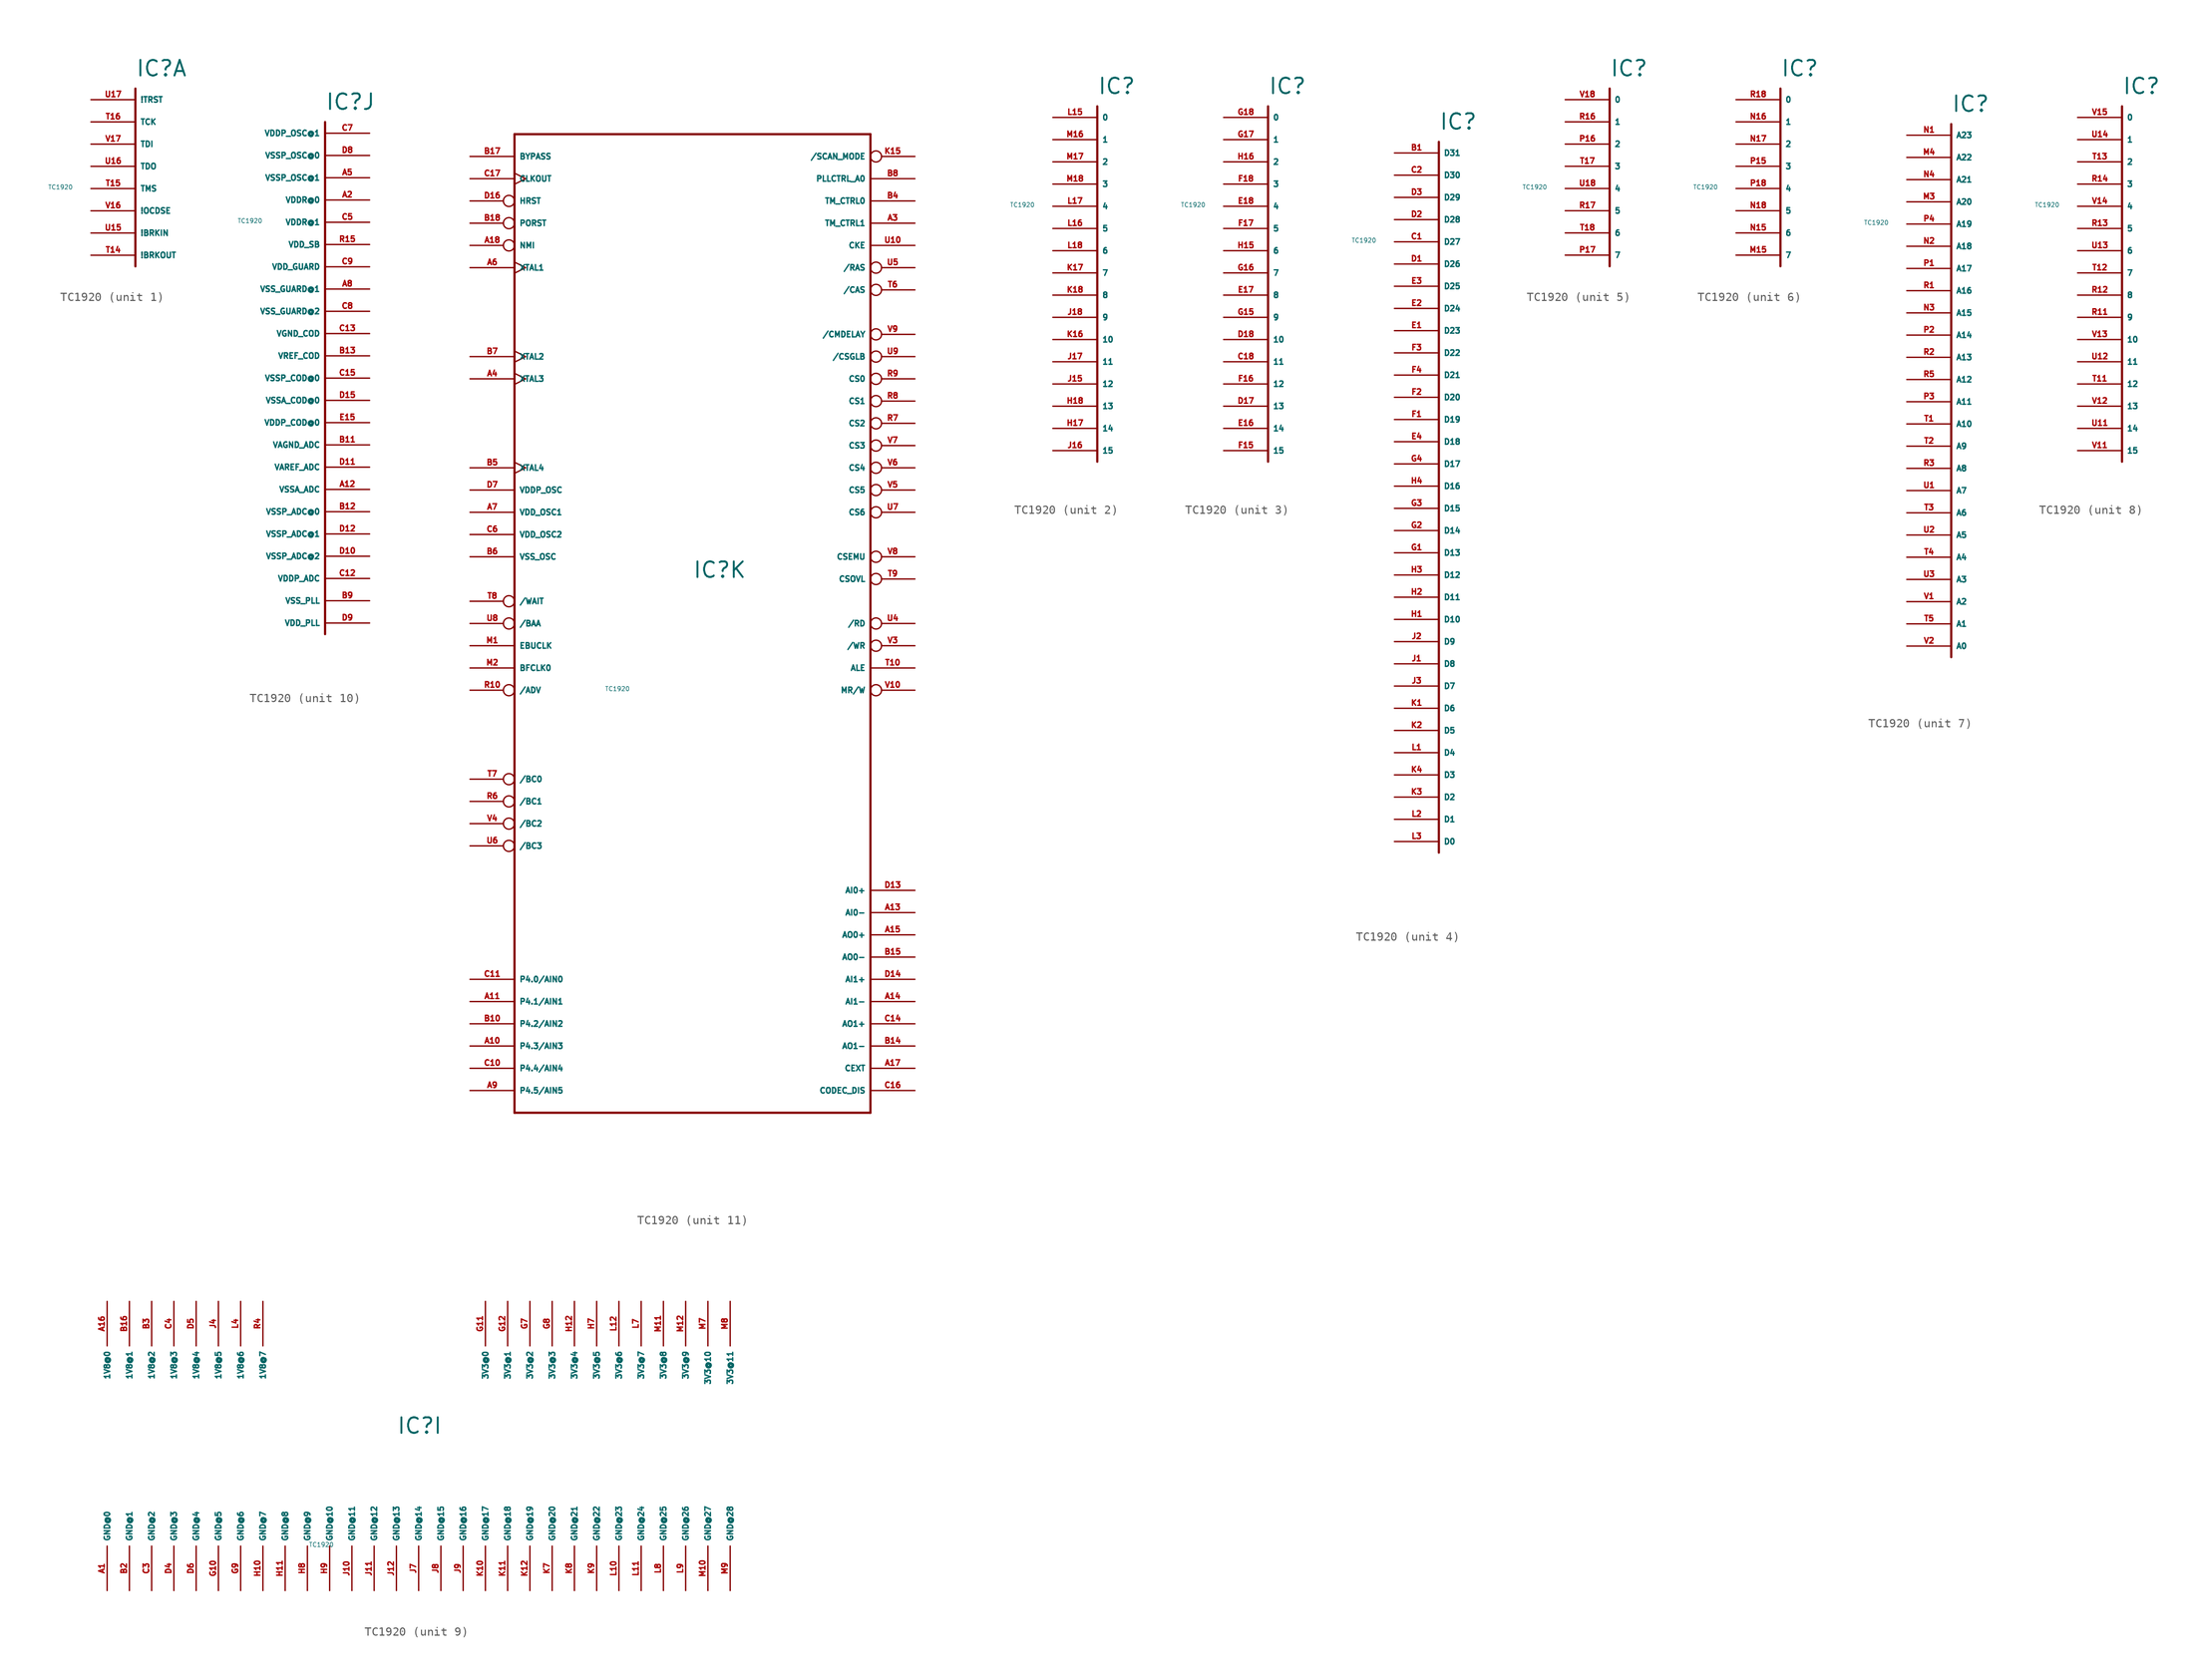
<source format=kicad_sym>
(kicad_symbol_lib
  (version 20220914)
  (generator Eagle2Kicad)
  (symbol "TC1920"
    (property "Reference" "IC"
      (at 0 2.54 0)
      (effects (font (size 1.778 1.778) (thickness 0.22)) (justify left bottom)))
    (property "Value" "TC1920"
      (at -10 -10 0)
      (effects (font (size 0.5 0.5) (thickness 0.06)) (justify left)))
    (symbol "TC1920_1_0"
      (polyline (pts (xy 0 1.27) (xy 0 -19.05)) (stroke (width 0.254) (type default)) (fill (type none)))
      (pin input line (at -5.08 0 0) (length 5.08) (name "!TRST" (effects (font (size 0.635 0.635) (thickness 0.08)) (justify left bottom))) (number "U17" (effects (font (size 0.635 0.635) (thickness 0.08)) (justify left bottom))))
      (pin input line (at -5.08 -2.54 0) (length 5.08) (name "TCK" (effects (font (size 0.635 0.635) (thickness 0.08)) (justify left bottom))) (number "T16" (effects (font (size 0.635 0.635) (thickness 0.08)) (justify left bottom))))
      (pin input line (at -5.08 -5.08 0) (length 5.08) (name "TDI" (effects (font (size 0.635 0.635) (thickness 0.08)) (justify left bottom))) (number "V17" (effects (font (size 0.635 0.635) (thickness 0.08)) (justify left bottom))))
      (pin output line (at -5.08 -7.62 0) (length 5.08) (name "TDO" (effects (font (size 0.635 0.635) (thickness 0.08)) (justify left bottom))) (number "U16" (effects (font (size 0.635 0.635) (thickness 0.08)) (justify left bottom))))
      (pin input line (at -5.08 -10.16 0) (length 5.08) (name "TMS" (effects (font (size 0.635 0.635) (thickness 0.08)) (justify left bottom))) (number "T15" (effects (font (size 0.635 0.635) (thickness 0.08)) (justify left bottom))))
      (pin input line (at -5.08 -12.7 0) (length 5.08) (name "!OCDSE" (effects (font (size 0.635 0.635) (thickness 0.08)) (justify left bottom))) (number "V16" (effects (font (size 0.635 0.635) (thickness 0.08)) (justify left bottom))))
      (pin input line (at -5.08 -15.24 0) (length 5.08) (name "!BRKIN" (effects (font (size 0.635 0.635) (thickness 0.08)) (justify left bottom))) (number "U15" (effects (font (size 0.635 0.635) (thickness 0.08)) (justify left bottom))))
      (pin output line (at -5.08 -17.78 0) (length 5.08) (name "!BRKOUT" (effects (font (size 0.635 0.635) (thickness 0.08)) (justify left bottom))) (number "T14" (effects (font (size 0.635 0.635) (thickness 0.08)) (justify left bottom)))))
    (symbol "TC1920_2_0"
      (polyline (pts (xy 0 1.27) (xy 0 -39.37)) (stroke (width 0.254) (type default)) (fill (type none)))
      (pin input line (at -5.08 0 0) (length 5.08) (name "0" (effects (font (size 0.635 0.635) (thickness 0.08)) (justify left bottom))) (number "L15" (effects (font (size 0.635 0.635) (thickness 0.08)) (justify left bottom))))
      (pin input line (at -5.08 -2.54 0) (length 5.08) (name "1" (effects (font (size 0.635 0.635) (thickness 0.08)) (justify left bottom))) (number "M16" (effects (font (size 0.635 0.635) (thickness 0.08)) (justify left bottom))))
      (pin input line (at -5.08 -5.08 0) (length 5.08) (name "2" (effects (font (size 0.635 0.635) (thickness 0.08)) (justify left bottom))) (number "M17" (effects (font (size 0.635 0.635) (thickness 0.08)) (justify left bottom))))
      (pin input line (at -5.08 -7.62 0) (length 5.08) (name "3" (effects (font (size 0.635 0.635) (thickness 0.08)) (justify left bottom))) (number "M18" (effects (font (size 0.635 0.635) (thickness 0.08)) (justify left bottom))))
      (pin input line (at -5.08 -10.16 0) (length 5.08) (name "4" (effects (font (size 0.635 0.635) (thickness 0.08)) (justify left bottom))) (number "L17" (effects (font (size 0.635 0.635) (thickness 0.08)) (justify left bottom))))
      (pin input line (at -5.08 -12.7 0) (length 5.08) (name "5" (effects (font (size 0.635 0.635) (thickness 0.08)) (justify left bottom))) (number "L16" (effects (font (size 0.635 0.635) (thickness 0.08)) (justify left bottom))))
      (pin input line (at -5.08 -15.24 0) (length 5.08) (name "6" (effects (font (size 0.635 0.635) (thickness 0.08)) (justify left bottom))) (number "L18" (effects (font (size 0.635 0.635) (thickness 0.08)) (justify left bottom))))
      (pin input line (at -5.08 -17.78 0) (length 5.08) (name "7" (effects (font (size 0.635 0.635) (thickness 0.08)) (justify left bottom))) (number "K17" (effects (font (size 0.635 0.635) (thickness 0.08)) (justify left bottom))))
      (pin input line (at -5.08 -20.32 0) (length 5.08) (name "8" (effects (font (size 0.635 0.635) (thickness 0.08)) (justify left bottom))) (number "K18" (effects (font (size 0.635 0.635) (thickness 0.08)) (justify left bottom))))
      (pin input line (at -5.08 -22.86 0) (length 5.08) (name "9" (effects (font (size 0.635 0.635) (thickness 0.08)) (justify left bottom))) (number "J18" (effects (font (size 0.635 0.635) (thickness 0.08)) (justify left bottom))))
      (pin input line (at -5.08 -25.4 0) (length 5.08) (name "10" (effects (font (size 0.635 0.635) (thickness 0.08)) (justify left bottom))) (number "K16" (effects (font (size 0.635 0.635) (thickness 0.08)) (justify left bottom))))
      (pin input line (at -5.08 -27.94 0) (length 5.08) (name "11" (effects (font (size 0.635 0.635) (thickness 0.08)) (justify left bottom))) (number "J17" (effects (font (size 0.635 0.635) (thickness 0.08)) (justify left bottom))))
      (pin input line (at -5.08 -30.48 0) (length 5.08) (name "12" (effects (font (size 0.635 0.635) (thickness 0.08)) (justify left bottom))) (number "J15" (effects (font (size 0.635 0.635) (thickness 0.08)) (justify left bottom))))
      (pin input line (at -5.08 -33.02 0) (length 5.08) (name "13" (effects (font (size 0.635 0.635) (thickness 0.08)) (justify left bottom))) (number "H18" (effects (font (size 0.635 0.635) (thickness 0.08)) (justify left bottom))))
      (pin input line (at -5.08 -35.56 0) (length 5.08) (name "14" (effects (font (size 0.635 0.635) (thickness 0.08)) (justify left bottom))) (number "H17" (effects (font (size 0.635 0.635) (thickness 0.08)) (justify left bottom))))
      (pin input line (at -5.08 -38.1 0) (length 5.08) (name "15" (effects (font (size 0.635 0.635) (thickness 0.08)) (justify left bottom))) (number "J16" (effects (font (size 0.635 0.635) (thickness 0.08)) (justify left bottom)))))
    (symbol "TC1920_3_0"
      (polyline (pts (xy 0 1.27) (xy 0 -39.37)) (stroke (width 0.254) (type default)) (fill (type none)))
      (pin input line (at -5.08 0 0) (length 5.08) (name "0" (effects (font (size 0.635 0.635) (thickness 0.08)) (justify left bottom))) (number "G18" (effects (font (size 0.635 0.635) (thickness 0.08)) (justify left bottom))))
      (pin input line (at -5.08 -2.54 0) (length 5.08) (name "1" (effects (font (size 0.635 0.635) (thickness 0.08)) (justify left bottom))) (number "G17" (effects (font (size 0.635 0.635) (thickness 0.08)) (justify left bottom))))
      (pin input line (at -5.08 -5.08 0) (length 5.08) (name "2" (effects (font (size 0.635 0.635) (thickness 0.08)) (justify left bottom))) (number "H16" (effects (font (size 0.635 0.635) (thickness 0.08)) (justify left bottom))))
      (pin input line (at -5.08 -7.62 0) (length 5.08) (name "3" (effects (font (size 0.635 0.635) (thickness 0.08)) (justify left bottom))) (number "F18" (effects (font (size 0.635 0.635) (thickness 0.08)) (justify left bottom))))
      (pin input line (at -5.08 -10.16 0) (length 5.08) (name "4" (effects (font (size 0.635 0.635) (thickness 0.08)) (justify left bottom))) (number "E18" (effects (font (size 0.635 0.635) (thickness 0.08)) (justify left bottom))))
      (pin input line (at -5.08 -12.7 0) (length 5.08) (name "5" (effects (font (size 0.635 0.635) (thickness 0.08)) (justify left bottom))) (number "F17" (effects (font (size 0.635 0.635) (thickness 0.08)) (justify left bottom))))
      (pin input line (at -5.08 -15.24 0) (length 5.08) (name "6" (effects (font (size 0.635 0.635) (thickness 0.08)) (justify left bottom))) (number "H15" (effects (font (size 0.635 0.635) (thickness 0.08)) (justify left bottom))))
      (pin input line (at -5.08 -17.78 0) (length 5.08) (name "7" (effects (font (size 0.635 0.635) (thickness 0.08)) (justify left bottom))) (number "G16" (effects (font (size 0.635 0.635) (thickness 0.08)) (justify left bottom))))
      (pin input line (at -5.08 -20.32 0) (length 5.08) (name "8" (effects (font (size 0.635 0.635) (thickness 0.08)) (justify left bottom))) (number "E17" (effects (font (size 0.635 0.635) (thickness 0.08)) (justify left bottom))))
      (pin input line (at -5.08 -22.86 0) (length 5.08) (name "9" (effects (font (size 0.635 0.635) (thickness 0.08)) (justify left bottom))) (number "G15" (effects (font (size 0.635 0.635) (thickness 0.08)) (justify left bottom))))
      (pin input line (at -5.08 -25.4 0) (length 5.08) (name "10" (effects (font (size 0.635 0.635) (thickness 0.08)) (justify left bottom))) (number "D18" (effects (font (size 0.635 0.635) (thickness 0.08)) (justify left bottom))))
      (pin input line (at -5.08 -27.94 0) (length 5.08) (name "11" (effects (font (size 0.635 0.635) (thickness 0.08)) (justify left bottom))) (number "C18" (effects (font (size 0.635 0.635) (thickness 0.08)) (justify left bottom))))
      (pin input line (at -5.08 -30.48 0) (length 5.08) (name "12" (effects (font (size 0.635 0.635) (thickness 0.08)) (justify left bottom))) (number "F16" (effects (font (size 0.635 0.635) (thickness 0.08)) (justify left bottom))))
      (pin input line (at -5.08 -33.02 0) (length 5.08) (name "13" (effects (font (size 0.635 0.635) (thickness 0.08)) (justify left bottom))) (number "D17" (effects (font (size 0.635 0.635) (thickness 0.08)) (justify left bottom))))
      (pin input line (at -5.08 -35.56 0) (length 5.08) (name "14" (effects (font (size 0.635 0.635) (thickness 0.08)) (justify left bottom))) (number "E16" (effects (font (size 0.635 0.635) (thickness 0.08)) (justify left bottom))))
      (pin input line (at -5.08 -38.1 0) (length 5.08) (name "15" (effects (font (size 0.635 0.635) (thickness 0.08)) (justify left bottom))) (number "F15" (effects (font (size 0.635 0.635) (thickness 0.08)) (justify left bottom)))))
    (symbol "TC1920_4_0"
      (polyline (pts (xy 0 1.27) (xy 0 -80.01)) (stroke (width 0.254) (type default)) (fill (type none)))
      (pin bidirectional line (at -5.08 -78.74 0) (length 5.08) (name "D0" (effects (font (size 0.635 0.635) (thickness 0.08)) (justify left bottom))) (number "L3" (effects (font (size 0.635 0.635) (thickness 0.08)) (justify left bottom))))
      (pin bidirectional line (at -5.08 -76.2 0) (length 5.08) (name "D1" (effects (font (size 0.635 0.635) (thickness 0.08)) (justify left bottom))) (number "L2" (effects (font (size 0.635 0.635) (thickness 0.08)) (justify left bottom))))
      (pin bidirectional line (at -5.08 -73.66 0) (length 5.08) (name "D2" (effects (font (size 0.635 0.635) (thickness 0.08)) (justify left bottom))) (number "K3" (effects (font (size 0.635 0.635) (thickness 0.08)) (justify left bottom))))
      (pin bidirectional line (at -5.08 -71.12 0) (length 5.08) (name "D3" (effects (font (size 0.635 0.635) (thickness 0.08)) (justify left bottom))) (number "K4" (effects (font (size 0.635 0.635) (thickness 0.08)) (justify left bottom))))
      (pin bidirectional line (at -5.08 -68.58 0) (length 5.08) (name "D4" (effects (font (size 0.635 0.635) (thickness 0.08)) (justify left bottom))) (number "L1" (effects (font (size 0.635 0.635) (thickness 0.08)) (justify left bottom))))
      (pin bidirectional line (at -5.08 -66.04 0) (length 5.08) (name "D5" (effects (font (size 0.635 0.635) (thickness 0.08)) (justify left bottom))) (number "K2" (effects (font (size 0.635 0.635) (thickness 0.08)) (justify left bottom))))
      (pin bidirectional line (at -5.08 -63.5 0) (length 5.08) (name "D6" (effects (font (size 0.635 0.635) (thickness 0.08)) (justify left bottom))) (number "K1" (effects (font (size 0.635 0.635) (thickness 0.08)) (justify left bottom))))
      (pin bidirectional line (at -5.08 -60.96 0) (length 5.08) (name "D7" (effects (font (size 0.635 0.635) (thickness 0.08)) (justify left bottom))) (number "J3" (effects (font (size 0.635 0.635) (thickness 0.08)) (justify left bottom))))
      (pin bidirectional line (at -5.08 -58.42 0) (length 5.08) (name "D8" (effects (font (size 0.635 0.635) (thickness 0.08)) (justify left bottom))) (number "J1" (effects (font (size 0.635 0.635) (thickness 0.08)) (justify left bottom))))
      (pin bidirectional line (at -5.08 -55.88 0) (length 5.08) (name "D9" (effects (font (size 0.635 0.635) (thickness 0.08)) (justify left bottom))) (number "J2" (effects (font (size 0.635 0.635) (thickness 0.08)) (justify left bottom))))
      (pin bidirectional line (at -5.08 -53.34 0) (length 5.08) (name "D10" (effects (font (size 0.635 0.635) (thickness 0.08)) (justify left bottom))) (number "H1" (effects (font (size 0.635 0.635) (thickness 0.08)) (justify left bottom))))
      (pin bidirectional line (at -5.08 -50.8 0) (length 5.08) (name "D11" (effects (font (size 0.635 0.635) (thickness 0.08)) (justify left bottom))) (number "H2" (effects (font (size 0.635 0.635) (thickness 0.08)) (justify left bottom))))
      (pin bidirectional line (at -5.08 -48.26 0) (length 5.08) (name "D12" (effects (font (size 0.635 0.635) (thickness 0.08)) (justify left bottom))) (number "H3" (effects (font (size 0.635 0.635) (thickness 0.08)) (justify left bottom))))
      (pin bidirectional line (at -5.08 -45.72 0) (length 5.08) (name "D13" (effects (font (size 0.635 0.635) (thickness 0.08)) (justify left bottom))) (number "G1" (effects (font (size 0.635 0.635) (thickness 0.08)) (justify left bottom))))
      (pin bidirectional line (at -5.08 -43.18 0) (length 5.08) (name "D14" (effects (font (size 0.635 0.635) (thickness 0.08)) (justify left bottom))) (number "G2" (effects (font (size 0.635 0.635) (thickness 0.08)) (justify left bottom))))
      (pin bidirectional line (at -5.08 -40.64 0) (length 5.08) (name "D15" (effects (font (size 0.635 0.635) (thickness 0.08)) (justify left bottom))) (number "G3" (effects (font (size 0.635 0.635) (thickness 0.08)) (justify left bottom))))
      (pin bidirectional line (at -5.08 -38.1 0) (length 5.08) (name "D16" (effects (font (size 0.635 0.635) (thickness 0.08)) (justify left bottom))) (number "H4" (effects (font (size 0.635 0.635) (thickness 0.08)) (justify left bottom))))
      (pin bidirectional line (at -5.08 -35.56 0) (length 5.08) (name "D17" (effects (font (size 0.635 0.635) (thickness 0.08)) (justify left bottom))) (number "G4" (effects (font (size 0.635 0.635) (thickness 0.08)) (justify left bottom))))
      (pin bidirectional line (at -5.08 -33.02 0) (length 5.08) (name "D18" (effects (font (size 0.635 0.635) (thickness 0.08)) (justify left bottom))) (number "E4" (effects (font (size 0.635 0.635) (thickness 0.08)) (justify left bottom))))
      (pin bidirectional line (at -5.08 -30.48 0) (length 5.08) (name "D19" (effects (font (size 0.635 0.635) (thickness 0.08)) (justify left bottom))) (number "F1" (effects (font (size 0.635 0.635) (thickness 0.08)) (justify left bottom))))
      (pin bidirectional line (at -5.08 -27.94 0) (length 5.08) (name "D20" (effects (font (size 0.635 0.635) (thickness 0.08)) (justify left bottom))) (number "F2" (effects (font (size 0.635 0.635) (thickness 0.08)) (justify left bottom))))
      (pin bidirectional line (at -5.08 -25.4 0) (length 5.08) (name "D21" (effects (font (size 0.635 0.635) (thickness 0.08)) (justify left bottom))) (number "F4" (effects (font (size 0.635 0.635) (thickness 0.08)) (justify left bottom))))
      (pin bidirectional line (at -5.08 -22.86 0) (length 5.08) (name "D22" (effects (font (size 0.635 0.635) (thickness 0.08)) (justify left bottom))) (number "F3" (effects (font (size 0.635 0.635) (thickness 0.08)) (justify left bottom))))
      (pin bidirectional line (at -5.08 -20.32 0) (length 5.08) (name "D23" (effects (font (size 0.635 0.635) (thickness 0.08)) (justify left bottom))) (number "E1" (effects (font (size 0.635 0.635) (thickness 0.08)) (justify left bottom))))
      (pin bidirectional line (at -5.08 -17.78 0) (length 5.08) (name "D24" (effects (font (size 0.635 0.635) (thickness 0.08)) (justify left bottom))) (number "E2" (effects (font (size 0.635 0.635) (thickness 0.08)) (justify left bottom))))
      (pin bidirectional line (at -5.08 -15.24 0) (length 5.08) (name "D25" (effects (font (size 0.635 0.635) (thickness 0.08)) (justify left bottom))) (number "E3" (effects (font (size 0.635 0.635) (thickness 0.08)) (justify left bottom))))
      (pin bidirectional line (at -5.08 -12.7 0) (length 5.08) (name "D26" (effects (font (size 0.635 0.635) (thickness 0.08)) (justify left bottom))) (number "D1" (effects (font (size 0.635 0.635) (thickness 0.08)) (justify left bottom))))
      (pin bidirectional line (at -5.08 -10.16 0) (length 5.08) (name "D27" (effects (font (size 0.635 0.635) (thickness 0.08)) (justify left bottom))) (number "C1" (effects (font (size 0.635 0.635) (thickness 0.08)) (justify left bottom))))
      (pin bidirectional line (at -5.08 -7.62 0) (length 5.08) (name "D28" (effects (font (size 0.635 0.635) (thickness 0.08)) (justify left bottom))) (number "D2" (effects (font (size 0.635 0.635) (thickness 0.08)) (justify left bottom))))
      (pin bidirectional line (at -5.08 -5.08 0) (length 5.08) (name "D29" (effects (font (size 0.635 0.635) (thickness 0.08)) (justify left bottom))) (number "D3" (effects (font (size 0.635 0.635) (thickness 0.08)) (justify left bottom))))
      (pin bidirectional line (at -5.08 -2.54 0) (length 5.08) (name "D30" (effects (font (size 0.635 0.635) (thickness 0.08)) (justify left bottom))) (number "C2" (effects (font (size 0.635 0.635) (thickness 0.08)) (justify left bottom))))
      (pin bidirectional line (at -5.08 0 0) (length 5.08) (name "D31" (effects (font (size 0.635 0.635) (thickness 0.08)) (justify left bottom))) (number "B1" (effects (font (size 0.635 0.635) (thickness 0.08)) (justify left bottom)))))
    (symbol "TC1920_5_0"
      (polyline (pts (xy 0 1.27) (xy 0 -19.05)) (stroke (width 0.254) (type default)) (fill (type none)))
      (pin input line (at -5.08 0 0) (length 5.08) (name "0" (effects (font (size 0.635 0.635) (thickness 0.08)) (justify left bottom))) (number "V18" (effects (font (size 0.635 0.635) (thickness 0.08)) (justify left bottom))))
      (pin input line (at -5.08 -2.54 0) (length 5.08) (name "1" (effects (font (size 0.635 0.635) (thickness 0.08)) (justify left bottom))) (number "R16" (effects (font (size 0.635 0.635) (thickness 0.08)) (justify left bottom))))
      (pin input line (at -5.08 -5.08 0) (length 5.08) (name "2" (effects (font (size 0.635 0.635) (thickness 0.08)) (justify left bottom))) (number "P16" (effects (font (size 0.635 0.635) (thickness 0.08)) (justify left bottom))))
      (pin input line (at -5.08 -7.62 0) (length 5.08) (name "3" (effects (font (size 0.635 0.635) (thickness 0.08)) (justify left bottom))) (number "T17" (effects (font (size 0.635 0.635) (thickness 0.08)) (justify left bottom))))
      (pin input line (at -5.08 -10.16 0) (length 5.08) (name "4" (effects (font (size 0.635 0.635) (thickness 0.08)) (justify left bottom))) (number "U18" (effects (font (size 0.635 0.635) (thickness 0.08)) (justify left bottom))))
      (pin input line (at -5.08 -12.7 0) (length 5.08) (name "5" (effects (font (size 0.635 0.635) (thickness 0.08)) (justify left bottom))) (number "R17" (effects (font (size 0.635 0.635) (thickness 0.08)) (justify left bottom))))
      (pin input line (at -5.08 -15.24 0) (length 5.08) (name "6" (effects (font (size 0.635 0.635) (thickness 0.08)) (justify left bottom))) (number "T18" (effects (font (size 0.635 0.635) (thickness 0.08)) (justify left bottom))))
      (pin input line (at -5.08 -17.78 0) (length 5.08) (name "7" (effects (font (size 0.635 0.635) (thickness 0.08)) (justify left bottom))) (number "P17" (effects (font (size 0.635 0.635) (thickness 0.08)) (justify left bottom)))))
    (symbol "TC1920_6_0"
      (polyline (pts (xy 0 1.27) (xy 0 -19.05)) (stroke (width 0.254) (type default)) (fill (type none)))
      (pin input line (at -5.08 0 0) (length 5.08) (name "0" (effects (font (size 0.635 0.635) (thickness 0.08)) (justify left bottom))) (number "R18" (effects (font (size 0.635 0.635) (thickness 0.08)) (justify left bottom))))
      (pin input line (at -5.08 -2.54 0) (length 5.08) (name "1" (effects (font (size 0.635 0.635) (thickness 0.08)) (justify left bottom))) (number "N16" (effects (font (size 0.635 0.635) (thickness 0.08)) (justify left bottom))))
      (pin input line (at -5.08 -5.08 0) (length 5.08) (name "2" (effects (font (size 0.635 0.635) (thickness 0.08)) (justify left bottom))) (number "N17" (effects (font (size 0.635 0.635) (thickness 0.08)) (justify left bottom))))
      (pin input line (at -5.08 -7.62 0) (length 5.08) (name "3" (effects (font (size 0.635 0.635) (thickness 0.08)) (justify left bottom))) (number "P15" (effects (font (size 0.635 0.635) (thickness 0.08)) (justify left bottom))))
      (pin input line (at -5.08 -10.16 0) (length 5.08) (name "4" (effects (font (size 0.635 0.635) (thickness 0.08)) (justify left bottom))) (number "P18" (effects (font (size 0.635 0.635) (thickness 0.08)) (justify left bottom))))
      (pin input line (at -5.08 -12.7 0) (length 5.08) (name "5" (effects (font (size 0.635 0.635) (thickness 0.08)) (justify left bottom))) (number "N18" (effects (font (size 0.635 0.635) (thickness 0.08)) (justify left bottom))))
      (pin input line (at -5.08 -15.24 0) (length 5.08) (name "6" (effects (font (size 0.635 0.635) (thickness 0.08)) (justify left bottom))) (number "N15" (effects (font (size 0.635 0.635) (thickness 0.08)) (justify left bottom))))
      (pin input line (at -5.08 -17.78 0) (length 5.08) (name "7" (effects (font (size 0.635 0.635) (thickness 0.08)) (justify left bottom))) (number "M15" (effects (font (size 0.635 0.635) (thickness 0.08)) (justify left bottom)))))
    (symbol "TC1920_7_0"
      (polyline (pts (xy 0 1.27) (xy 0 -59.69)) (stroke (width 0.254) (type default)) (fill (type none)))
      (pin output line (at -5.08 -58.42 0) (length 5.08) (name "A0" (effects (font (size 0.635 0.635) (thickness 0.08)) (justify left bottom))) (number "V2" (effects (font (size 0.635 0.635) (thickness 0.08)) (justify left bottom))))
      (pin output line (at -5.08 -55.88 0) (length 5.08) (name "A1" (effects (font (size 0.635 0.635) (thickness 0.08)) (justify left bottom))) (number "T5" (effects (font (size 0.635 0.635) (thickness 0.08)) (justify left bottom))))
      (pin output line (at -5.08 -53.34 0) (length 5.08) (name "A2" (effects (font (size 0.635 0.635) (thickness 0.08)) (justify left bottom))) (number "V1" (effects (font (size 0.635 0.635) (thickness 0.08)) (justify left bottom))))
      (pin output line (at -5.08 -50.8 0) (length 5.08) (name "A3" (effects (font (size 0.635 0.635) (thickness 0.08)) (justify left bottom))) (number "U3" (effects (font (size 0.635 0.635) (thickness 0.08)) (justify left bottom))))
      (pin output line (at -5.08 -48.26 0) (length 5.08) (name "A4" (effects (font (size 0.635 0.635) (thickness 0.08)) (justify left bottom))) (number "T4" (effects (font (size 0.635 0.635) (thickness 0.08)) (justify left bottom))))
      (pin output line (at -5.08 -45.72 0) (length 5.08) (name "A5" (effects (font (size 0.635 0.635) (thickness 0.08)) (justify left bottom))) (number "U2" (effects (font (size 0.635 0.635) (thickness 0.08)) (justify left bottom))))
      (pin output line (at -5.08 -43.18 0) (length 5.08) (name "A6" (effects (font (size 0.635 0.635) (thickness 0.08)) (justify left bottom))) (number "T3" (effects (font (size 0.635 0.635) (thickness 0.08)) (justify left bottom))))
      (pin output line (at -5.08 -40.64 0) (length 5.08) (name "A7" (effects (font (size 0.635 0.635) (thickness 0.08)) (justify left bottom))) (number "U1" (effects (font (size 0.635 0.635) (thickness 0.08)) (justify left bottom))))
      (pin output line (at -5.08 -38.1 0) (length 5.08) (name "A8" (effects (font (size 0.635 0.635) (thickness 0.08)) (justify left bottom))) (number "R3" (effects (font (size 0.635 0.635) (thickness 0.08)) (justify left bottom))))
      (pin output line (at -5.08 -35.56 0) (length 5.08) (name "A9" (effects (font (size 0.635 0.635) (thickness 0.08)) (justify left bottom))) (number "T2" (effects (font (size 0.635 0.635) (thickness 0.08)) (justify left bottom))))
      (pin output line (at -5.08 -33.02 0) (length 5.08) (name "A10" (effects (font (size 0.635 0.635) (thickness 0.08)) (justify left bottom))) (number "T1" (effects (font (size 0.635 0.635) (thickness 0.08)) (justify left bottom))))
      (pin output line (at -5.08 -30.48 0) (length 5.08) (name "A11" (effects (font (size 0.635 0.635) (thickness 0.08)) (justify left bottom))) (number "P3" (effects (font (size 0.635 0.635) (thickness 0.08)) (justify left bottom))))
      (pin output line (at -5.08 -27.94 0) (length 5.08) (name "A12" (effects (font (size 0.635 0.635) (thickness 0.08)) (justify left bottom))) (number "R5" (effects (font (size 0.635 0.635) (thickness 0.08)) (justify left bottom))))
      (pin output line (at -5.08 -25.4 0) (length 5.08) (name "A13" (effects (font (size 0.635 0.635) (thickness 0.08)) (justify left bottom))) (number "R2" (effects (font (size 0.635 0.635) (thickness 0.08)) (justify left bottom))))
      (pin output line (at -5.08 -22.86 0) (length 5.08) (name "A14" (effects (font (size 0.635 0.635) (thickness 0.08)) (justify left bottom))) (number "P2" (effects (font (size 0.635 0.635) (thickness 0.08)) (justify left bottom))))
      (pin output line (at -5.08 -20.32 0) (length 5.08) (name "A15" (effects (font (size 0.635 0.635) (thickness 0.08)) (justify left bottom))) (number "N3" (effects (font (size 0.635 0.635) (thickness 0.08)) (justify left bottom))))
      (pin output line (at -5.08 -17.78 0) (length 5.08) (name "A16" (effects (font (size 0.635 0.635) (thickness 0.08)) (justify left bottom))) (number "R1" (effects (font (size 0.635 0.635) (thickness 0.08)) (justify left bottom))))
      (pin output line (at -5.08 -15.24 0) (length 5.08) (name "A17" (effects (font (size 0.635 0.635) (thickness 0.08)) (justify left bottom))) (number "P1" (effects (font (size 0.635 0.635) (thickness 0.08)) (justify left bottom))))
      (pin output line (at -5.08 -12.7 0) (length 5.08) (name "A18" (effects (font (size 0.635 0.635) (thickness 0.08)) (justify left bottom))) (number "N2" (effects (font (size 0.635 0.635) (thickness 0.08)) (justify left bottom))))
      (pin output line (at -5.08 -10.16 0) (length 5.08) (name "A19" (effects (font (size 0.635 0.635) (thickness 0.08)) (justify left bottom))) (number "P4" (effects (font (size 0.635 0.635) (thickness 0.08)) (justify left bottom))))
      (pin output line (at -5.08 -7.62 0) (length 5.08) (name "A20" (effects (font (size 0.635 0.635) (thickness 0.08)) (justify left bottom))) (number "M3" (effects (font (size 0.635 0.635) (thickness 0.08)) (justify left bottom))))
      (pin output line (at -5.08 -5.08 0) (length 5.08) (name "A21" (effects (font (size 0.635 0.635) (thickness 0.08)) (justify left bottom))) (number "N4" (effects (font (size 0.635 0.635) (thickness 0.08)) (justify left bottom))))
      (pin output line (at -5.08 -2.54 0) (length 5.08) (name "A22" (effects (font (size 0.635 0.635) (thickness 0.08)) (justify left bottom))) (number "M4" (effects (font (size 0.635 0.635) (thickness 0.08)) (justify left bottom))))
      (pin output line (at -5.08 0 0) (length 5.08) (name "A23" (effects (font (size 0.635 0.635) (thickness 0.08)) (justify left bottom))) (number "N1" (effects (font (size 0.635 0.635) (thickness 0.08)) (justify left bottom)))))
    (symbol "TC1920_8_0"
      (polyline (pts (xy 0 1.27) (xy 0 -39.37)) (stroke (width 0.254) (type default)) (fill (type none)))
      (pin input line (at -5.08 0 0) (length 5.08) (name "0" (effects (font (size 0.635 0.635) (thickness 0.08)) (justify left bottom))) (number "V15" (effects (font (size 0.635 0.635) (thickness 0.08)) (justify left bottom))))
      (pin input line (at -5.08 -2.54 0) (length 5.08) (name "1" (effects (font (size 0.635 0.635) (thickness 0.08)) (justify left bottom))) (number "U14" (effects (font (size 0.635 0.635) (thickness 0.08)) (justify left bottom))))
      (pin input line (at -5.08 -5.08 0) (length 5.08) (name "2" (effects (font (size 0.635 0.635) (thickness 0.08)) (justify left bottom))) (number "T13" (effects (font (size 0.635 0.635) (thickness 0.08)) (justify left bottom))))
      (pin input line (at -5.08 -7.62 0) (length 5.08) (name "3" (effects (font (size 0.635 0.635) (thickness 0.08)) (justify left bottom))) (number "R14" (effects (font (size 0.635 0.635) (thickness 0.08)) (justify left bottom))))
      (pin input line (at -5.08 -10.16 0) (length 5.08) (name "4" (effects (font (size 0.635 0.635) (thickness 0.08)) (justify left bottom))) (number "V14" (effects (font (size 0.635 0.635) (thickness 0.08)) (justify left bottom))))
      (pin input line (at -5.08 -12.7 0) (length 5.08) (name "5" (effects (font (size 0.635 0.635) (thickness 0.08)) (justify left bottom))) (number "R13" (effects (font (size 0.635 0.635) (thickness 0.08)) (justify left bottom))))
      (pin input line (at -5.08 -15.24 0) (length 5.08) (name "6" (effects (font (size 0.635 0.635) (thickness 0.08)) (justify left bottom))) (number "U13" (effects (font (size 0.635 0.635) (thickness 0.08)) (justify left bottom))))
      (pin input line (at -5.08 -17.78 0) (length 5.08) (name "7" (effects (font (size 0.635 0.635) (thickness 0.08)) (justify left bottom))) (number "T12" (effects (font (size 0.635 0.635) (thickness 0.08)) (justify left bottom))))
      (pin input line (at -5.08 -20.32 0) (length 5.08) (name "8" (effects (font (size 0.635 0.635) (thickness 0.08)) (justify left bottom))) (number "R12" (effects (font (size 0.635 0.635) (thickness 0.08)) (justify left bottom))))
      (pin input line (at -5.08 -22.86 0) (length 5.08) (name "9" (effects (font (size 0.635 0.635) (thickness 0.08)) (justify left bottom))) (number "R11" (effects (font (size 0.635 0.635) (thickness 0.08)) (justify left bottom))))
      (pin input line (at -5.08 -25.4 0) (length 5.08) (name "10" (effects (font (size 0.635 0.635) (thickness 0.08)) (justify left bottom))) (number "V13" (effects (font (size 0.635 0.635) (thickness 0.08)) (justify left bottom))))
      (pin input line (at -5.08 -27.94 0) (length 5.08) (name "11" (effects (font (size 0.635 0.635) (thickness 0.08)) (justify left bottom))) (number "U12" (effects (font (size 0.635 0.635) (thickness 0.08)) (justify left bottom))))
      (pin input line (at -5.08 -30.48 0) (length 5.08) (name "12" (effects (font (size 0.635 0.635) (thickness 0.08)) (justify left bottom))) (number "T11" (effects (font (size 0.635 0.635) (thickness 0.08)) (justify left bottom))))
      (pin input line (at -5.08 -33.02 0) (length 5.08) (name "13" (effects (font (size 0.635 0.635) (thickness 0.08)) (justify left bottom))) (number "V12" (effects (font (size 0.635 0.635) (thickness 0.08)) (justify left bottom))))
      (pin input line (at -5.08 -35.56 0) (length 5.08) (name "14" (effects (font (size 0.635 0.635) (thickness 0.08)) (justify left bottom))) (number "U11" (effects (font (size 0.635 0.635) (thickness 0.08)) (justify left bottom))))
      (pin input line (at -5.08 -38.1 0) (length 5.08) (name "15" (effects (font (size 0.635 0.635) (thickness 0.08)) (justify left bottom))) (number "V11" (effects (font (size 0.635 0.635) (thickness 0.08)) (justify left bottom)))))
    (symbol "TC1920_9_0"
      (pin unspecified line (at -33.02 17.78 270) (length 5.08) (name "1V8@0" (effects (font (size 0.635 0.635) (thickness 0.08)) (justify left bottom))) (number "A16" (effects (font (size 0.635 0.635) (thickness 0.08)) (justify left bottom))))
      (pin unspecified line (at -30.48 17.78 270) (length 5.08) (name "1V8@1" (effects (font (size 0.635 0.635) (thickness 0.08)) (justify left bottom))) (number "B16" (effects (font (size 0.635 0.635) (thickness 0.08)) (justify left bottom))))
      (pin unspecified line (at -27.94 17.78 270) (length 5.08) (name "1V8@2" (effects (font (size 0.635 0.635) (thickness 0.08)) (justify left bottom))) (number "B3" (effects (font (size 0.635 0.635) (thickness 0.08)) (justify left bottom))))
      (pin unspecified line (at -25.4 17.78 270) (length 5.08) (name "1V8@3" (effects (font (size 0.635 0.635) (thickness 0.08)) (justify left bottom))) (number "C4" (effects (font (size 0.635 0.635) (thickness 0.08)) (justify left bottom))))
      (pin unspecified line (at -22.86 17.78 270) (length 5.08) (name "1V8@4" (effects (font (size 0.635 0.635) (thickness 0.08)) (justify left bottom))) (number "D5" (effects (font (size 0.635 0.635) (thickness 0.08)) (justify left bottom))))
      (pin unspecified line (at -20.32 17.78 270) (length 5.08) (name "1V8@5" (effects (font (size 0.635 0.635) (thickness 0.08)) (justify left bottom))) (number "J4" (effects (font (size 0.635 0.635) (thickness 0.08)) (justify left bottom))))
      (pin unspecified line (at -17.78 17.78 270) (length 5.08) (name "1V8@6" (effects (font (size 0.635 0.635) (thickness 0.08)) (justify left bottom))) (number "L4" (effects (font (size 0.635 0.635) (thickness 0.08)) (justify left bottom))))
      (pin unspecified line (at -15.24 17.78 270) (length 5.08) (name "1V8@7" (effects (font (size 0.635 0.635) (thickness 0.08)) (justify left bottom))) (number "R4" (effects (font (size 0.635 0.635) (thickness 0.08)) (justify left bottom))))
      (pin unspecified line (at 10.16 17.78 270) (length 5.08) (name "3V3@0" (effects (font (size 0.635 0.635) (thickness 0.08)) (justify left bottom))) (number "G11" (effects (font (size 0.635 0.635) (thickness 0.08)) (justify left bottom))))
      (pin unspecified line (at 12.7 17.78 270) (length 5.08) (name "3V3@1" (effects (font (size 0.635 0.635) (thickness 0.08)) (justify left bottom))) (number "G12" (effects (font (size 0.635 0.635) (thickness 0.08)) (justify left bottom))))
      (pin unspecified line (at 15.24 17.78 270) (length 5.08) (name "3V3@2" (effects (font (size 0.635 0.635) (thickness 0.08)) (justify left bottom))) (number "G7" (effects (font (size 0.635 0.635) (thickness 0.08)) (justify left bottom))))
      (pin unspecified line (at 17.78 17.78 270) (length 5.08) (name "3V3@3" (effects (font (size 0.635 0.635) (thickness 0.08)) (justify left bottom))) (number "G8" (effects (font (size 0.635 0.635) (thickness 0.08)) (justify left bottom))))
      (pin unspecified line (at 20.32 17.78 270) (length 5.08) (name "3V3@4" (effects (font (size 0.635 0.635) (thickness 0.08)) (justify left bottom))) (number "H12" (effects (font (size 0.635 0.635) (thickness 0.08)) (justify left bottom))))
      (pin unspecified line (at 22.86 17.78 270) (length 5.08) (name "3V3@5" (effects (font (size 0.635 0.635) (thickness 0.08)) (justify left bottom))) (number "H7" (effects (font (size 0.635 0.635) (thickness 0.08)) (justify left bottom))))
      (pin unspecified line (at 25.4 17.78 270) (length 5.08) (name "3V3@6" (effects (font (size 0.635 0.635) (thickness 0.08)) (justify left bottom))) (number "L12" (effects (font (size 0.635 0.635) (thickness 0.08)) (justify left bottom))))
      (pin unspecified line (at 27.94 17.78 270) (length 5.08) (name "3V3@7" (effects (font (size 0.635 0.635) (thickness 0.08)) (justify left bottom))) (number "L7" (effects (font (size 0.635 0.635) (thickness 0.08)) (justify left bottom))))
      (pin unspecified line (at 30.48 17.78 270) (length 5.08) (name "3V3@8" (effects (font (size 0.635 0.635) (thickness 0.08)) (justify left bottom))) (number "M11" (effects (font (size 0.635 0.635) (thickness 0.08)) (justify left bottom))))
      (pin unspecified line (at 33.02 17.78 270) (length 5.08) (name "3V3@9" (effects (font (size 0.635 0.635) (thickness 0.08)) (justify left bottom))) (number "M12" (effects (font (size 0.635 0.635) (thickness 0.08)) (justify left bottom))))
      (pin unspecified line (at 35.56 17.78 270) (length 5.08) (name "3V3@10" (effects (font (size 0.635 0.635) (thickness 0.08)) (justify left bottom))) (number "M7" (effects (font (size 0.635 0.635) (thickness 0.08)) (justify left bottom))))
      (pin unspecified line (at 38.1 17.78 270) (length 5.08) (name "3V3@11" (effects (font (size 0.635 0.635) (thickness 0.08)) (justify left bottom))) (number "M8" (effects (font (size 0.635 0.635) (thickness 0.08)) (justify left bottom))))
      (pin unspecified line (at -33.02 -15.24 90) (length 5.08) (name "GND@0" (effects (font (size 0.635 0.635) (thickness 0.08)) (justify left bottom))) (number "A1" (effects (font (size 0.635 0.635) (thickness 0.08)) (justify left bottom))))
      (pin unspecified line (at -30.48 -15.24 90) (length 5.08) (name "GND@1" (effects (font (size 0.635 0.635) (thickness 0.08)) (justify left bottom))) (number "B2" (effects (font (size 0.635 0.635) (thickness 0.08)) (justify left bottom))))
      (pin unspecified line (at -27.94 -15.24 90) (length 5.08) (name "GND@2" (effects (font (size 0.635 0.635) (thickness 0.08)) (justify left bottom))) (number "C3" (effects (font (size 0.635 0.635) (thickness 0.08)) (justify left bottom))))
      (pin unspecified line (at -25.4 -15.24 90) (length 5.08) (name "GND@3" (effects (font (size 0.635 0.635) (thickness 0.08)) (justify left bottom))) (number "D4" (effects (font (size 0.635 0.635) (thickness 0.08)) (justify left bottom))))
      (pin unspecified line (at -22.86 -15.24 90) (length 5.08) (name "GND@4" (effects (font (size 0.635 0.635) (thickness 0.08)) (justify left bottom))) (number "D6" (effects (font (size 0.635 0.635) (thickness 0.08)) (justify left bottom))))
      (pin unspecified line (at -20.32 -15.24 90) (length 5.08) (name "GND@5" (effects (font (size 0.635 0.635) (thickness 0.08)) (justify left bottom))) (number "G10" (effects (font (size 0.635 0.635) (thickness 0.08)) (justify left bottom))))
      (pin unspecified line (at -17.78 -15.24 90) (length 5.08) (name "GND@6" (effects (font (size 0.635 0.635) (thickness 0.08)) (justify left bottom))) (number "G9" (effects (font (size 0.635 0.635) (thickness 0.08)) (justify left bottom))))
      (pin unspecified line (at -15.24 -15.24 90) (length 5.08) (name "GND@7" (effects (font (size 0.635 0.635) (thickness 0.08)) (justify left bottom))) (number "H10" (effects (font (size 0.635 0.635) (thickness 0.08)) (justify left bottom))))
      (pin unspecified line (at -12.7 -15.24 90) (length 5.08) (name "GND@8" (effects (font (size 0.635 0.635) (thickness 0.08)) (justify left bottom))) (number "H11" (effects (font (size 0.635 0.635) (thickness 0.08)) (justify left bottom))))
      (pin unspecified line (at -10.16 -15.24 90) (length 5.08) (name "GND@9" (effects (font (size 0.635 0.635) (thickness 0.08)) (justify left bottom))) (number "H8" (effects (font (size 0.635 0.635) (thickness 0.08)) (justify left bottom))))
      (pin unspecified line (at -7.62 -15.24 90) (length 5.08) (name "GND@10" (effects (font (size 0.635 0.635) (thickness 0.08)) (justify left bottom))) (number "H9" (effects (font (size 0.635 0.635) (thickness 0.08)) (justify left bottom))))
      (pin unspecified line (at -5.08 -15.24 90) (length 5.08) (name "GND@11" (effects (font (size 0.635 0.635) (thickness 0.08)) (justify left bottom))) (number "J10" (effects (font (size 0.635 0.635) (thickness 0.08)) (justify left bottom))))
      (pin unspecified line (at -2.54 -15.24 90) (length 5.08) (name "GND@12" (effects (font (size 0.635 0.635) (thickness 0.08)) (justify left bottom))) (number "J11" (effects (font (size 0.635 0.635) (thickness 0.08)) (justify left bottom))))
      (pin unspecified line (at 0 -15.24 90) (length 5.08) (name "GND@13" (effects (font (size 0.635 0.635) (thickness 0.08)) (justify left bottom))) (number "J12" (effects (font (size 0.635 0.635) (thickness 0.08)) (justify left bottom))))
      (pin unspecified line (at 2.54 -15.24 90) (length 5.08) (name "GND@14" (effects (font (size 0.635 0.635) (thickness 0.08)) (justify left bottom))) (number "J7" (effects (font (size 0.635 0.635) (thickness 0.08)) (justify left bottom))))
      (pin unspecified line (at 5.08 -15.24 90) (length 5.08) (name "GND@15" (effects (font (size 0.635 0.635) (thickness 0.08)) (justify left bottom))) (number "J8" (effects (font (size 0.635 0.635) (thickness 0.08)) (justify left bottom))))
      (pin unspecified line (at 7.62 -15.24 90) (length 5.08) (name "GND@16" (effects (font (size 0.635 0.635) (thickness 0.08)) (justify left bottom))) (number "J9" (effects (font (size 0.635 0.635) (thickness 0.08)) (justify left bottom))))
      (pin unspecified line (at 10.16 -15.24 90) (length 5.08) (name "GND@17" (effects (font (size 0.635 0.635) (thickness 0.08)) (justify left bottom))) (number "K10" (effects (font (size 0.635 0.635) (thickness 0.08)) (justify left bottom))))
      (pin unspecified line (at 12.7 -15.24 90) (length 5.08) (name "GND@18" (effects (font (size 0.635 0.635) (thickness 0.08)) (justify left bottom))) (number "K11" (effects (font (size 0.635 0.635) (thickness 0.08)) (justify left bottom))))
      (pin unspecified line (at 15.24 -15.24 90) (length 5.08) (name "GND@19" (effects (font (size 0.635 0.635) (thickness 0.08)) (justify left bottom))) (number "K12" (effects (font (size 0.635 0.635) (thickness 0.08)) (justify left bottom))))
      (pin unspecified line (at 17.78 -15.24 90) (length 5.08) (name "GND@20" (effects (font (size 0.635 0.635) (thickness 0.08)) (justify left bottom))) (number "K7" (effects (font (size 0.635 0.635) (thickness 0.08)) (justify left bottom))))
      (pin unspecified line (at 20.32 -15.24 90) (length 5.08) (name "GND@21" (effects (font (size 0.635 0.635) (thickness 0.08)) (justify left bottom))) (number "K8" (effects (font (size 0.635 0.635) (thickness 0.08)) (justify left bottom))))
      (pin unspecified line (at 22.86 -15.24 90) (length 5.08) (name "GND@22" (effects (font (size 0.635 0.635) (thickness 0.08)) (justify left bottom))) (number "K9" (effects (font (size 0.635 0.635) (thickness 0.08)) (justify left bottom))))
      (pin unspecified line (at 25.4 -15.24 90) (length 5.08) (name "GND@23" (effects (font (size 0.635 0.635) (thickness 0.08)) (justify left bottom))) (number "L10" (effects (font (size 0.635 0.635) (thickness 0.08)) (justify left bottom))))
      (pin unspecified line (at 27.94 -15.24 90) (length 5.08) (name "GND@24" (effects (font (size 0.635 0.635) (thickness 0.08)) (justify left bottom))) (number "L11" (effects (font (size 0.635 0.635) (thickness 0.08)) (justify left bottom))))
      (pin unspecified line (at 30.48 -15.24 90) (length 5.08) (name "GND@25" (effects (font (size 0.635 0.635) (thickness 0.08)) (justify left bottom))) (number "L8" (effects (font (size 0.635 0.635) (thickness 0.08)) (justify left bottom))))
      (pin unspecified line (at 33.02 -15.24 90) (length 5.08) (name "GND@26" (effects (font (size 0.635 0.635) (thickness 0.08)) (justify left bottom))) (number "L9" (effects (font (size 0.635 0.635) (thickness 0.08)) (justify left bottom))))
      (pin unspecified line (at 35.56 -15.24 90) (length 5.08) (name "GND@27" (effects (font (size 0.635 0.635) (thickness 0.08)) (justify left bottom))) (number "M10" (effects (font (size 0.635 0.635) (thickness 0.08)) (justify left bottom))))
      (pin unspecified line (at 38.1 -15.24 90) (length 5.08) (name "GND@28" (effects (font (size 0.635 0.635) (thickness 0.08)) (justify left bottom))) (number "M9" (effects (font (size 0.635 0.635) (thickness 0.08)) (justify left bottom)))))
    (symbol "TC1920_10_0"
      (polyline (pts (xy 0 1.27) (xy 0 -57.15)) (stroke (width 0.254) (type default)) (fill (type none)))
      (pin unspecified line (at 5.08 -7.62 180) (length 5.08) (name "VDDR@0" (effects (font (size 0.635 0.635) (thickness 0.08)) (justify left bottom))) (number "A2" (effects (font (size 0.635 0.635) (thickness 0.08)) (justify left bottom))))
      (pin unspecified line (at 5.08 -10.16 180) (length 5.08) (name "VDDR@1" (effects (font (size 0.635 0.635) (thickness 0.08)) (justify left bottom))) (number "C5" (effects (font (size 0.635 0.635) (thickness 0.08)) (justify left bottom))))
      (pin unspecified line (at 5.08 -12.7 180) (length 5.08) (name "VDD_SB" (effects (font (size 0.635 0.635) (thickness 0.08)) (justify left bottom))) (number "R15" (effects (font (size 0.635 0.635) (thickness 0.08)) (justify left bottom))))
      (pin unspecified line (at 5.08 -15.24 180) (length 5.08) (name "VDD_GUARD" (effects (font (size 0.635 0.635) (thickness 0.08)) (justify left bottom))) (number "C9" (effects (font (size 0.635 0.635) (thickness 0.08)) (justify left bottom))))
      (pin unspecified line (at 5.08 -17.78 180) (length 5.08) (name "VSS_GUARD@1" (effects (font (size 0.635 0.635) (thickness 0.08)) (justify left bottom))) (number "A8" (effects (font (size 0.635 0.635) (thickness 0.08)) (justify left bottom))))
      (pin unspecified line (at 5.08 -20.32 180) (length 5.08) (name "VSS_GUARD@2" (effects (font (size 0.635 0.635) (thickness 0.08)) (justify left bottom))) (number "C8" (effects (font (size 0.635 0.635) (thickness 0.08)) (justify left bottom))))
      (pin unspecified line (at 5.08 -22.86 180) (length 5.08) (name "VGND_COD" (effects (font (size 0.635 0.635) (thickness 0.08)) (justify left bottom))) (number "C13" (effects (font (size 0.635 0.635) (thickness 0.08)) (justify left bottom))))
      (pin unspecified line (at 5.08 -25.4 180) (length 5.08) (name "VREF_COD" (effects (font (size 0.635 0.635) (thickness 0.08)) (justify left bottom))) (number "B13" (effects (font (size 0.635 0.635) (thickness 0.08)) (justify left bottom))))
      (pin unspecified line (at 5.08 -27.94 180) (length 5.08) (name "VSSP_COD@0" (effects (font (size 0.635 0.635) (thickness 0.08)) (justify left bottom))) (number "C15" (effects (font (size 0.635 0.635) (thickness 0.08)) (justify left bottom))))
      (pin unspecified line (at 5.08 -2.54 180) (length 5.08) (name "VSSP_OSC@0" (effects (font (size 0.635 0.635) (thickness 0.08)) (justify left bottom))) (number "D8" (effects (font (size 0.635 0.635) (thickness 0.08)) (justify left bottom))))
      (pin unspecified line (at 5.08 -30.48 180) (length 5.08) (name "VSSA_COD@0" (effects (font (size 0.635 0.635) (thickness 0.08)) (justify left bottom))) (number "D15" (effects (font (size 0.635 0.635) (thickness 0.08)) (justify left bottom))))
      (pin unspecified line (at 5.08 -5.08 180) (length 5.08) (name "VSSP_OSC@1" (effects (font (size 0.635 0.635) (thickness 0.08)) (justify left bottom))) (number "A5" (effects (font (size 0.635 0.635) (thickness 0.08)) (justify left bottom))))
      (pin unspecified line (at 5.08 -33.02 180) (length 5.08) (name "VDDP_COD@0" (effects (font (size 0.635 0.635) (thickness 0.08)) (justify left bottom))) (number "E15" (effects (font (size 0.635 0.635) (thickness 0.08)) (justify left bottom))))
      (pin unspecified line (at 5.08 0 180) (length 5.08) (name "VDDP_OSC@1" (effects (font (size 0.635 0.635) (thickness 0.08)) (justify left bottom))) (number "C7" (effects (font (size 0.635 0.635) (thickness 0.08)) (justify left bottom))))
      (pin unspecified line (at 5.08 -35.56 180) (length 5.08) (name "VAGND_ADC" (effects (font (size 0.635 0.635) (thickness 0.08)) (justify left bottom))) (number "B11" (effects (font (size 0.635 0.635) (thickness 0.08)) (justify left bottom))))
      (pin unspecified line (at 5.08 -38.1 180) (length 5.08) (name "VAREF_ADC" (effects (font (size 0.635 0.635) (thickness 0.08)) (justify left bottom))) (number "D11" (effects (font (size 0.635 0.635) (thickness 0.08)) (justify left bottom))))
      (pin unspecified line (at 5.08 -40.64 180) (length 5.08) (name "VSSA_ADC" (effects (font (size 0.635 0.635) (thickness 0.08)) (justify left bottom))) (number "A12" (effects (font (size 0.635 0.635) (thickness 0.08)) (justify left bottom))))
      (pin unspecified line (at 5.08 -43.18 180) (length 5.08) (name "VSSP_ADC@0" (effects (font (size 0.635 0.635) (thickness 0.08)) (justify left bottom))) (number "B12" (effects (font (size 0.635 0.635) (thickness 0.08)) (justify left bottom))))
      (pin unspecified line (at 5.08 -45.72 180) (length 5.08) (name "VSSP_ADC@1" (effects (font (size 0.635 0.635) (thickness 0.08)) (justify left bottom))) (number "D12" (effects (font (size 0.635 0.635) (thickness 0.08)) (justify left bottom))))
      (pin unspecified line (at 5.08 -48.26 180) (length 5.08) (name "VSSP_ADC@2" (effects (font (size 0.635 0.635) (thickness 0.08)) (justify left bottom))) (number "D10" (effects (font (size 0.635 0.635) (thickness 0.08)) (justify left bottom))))
      (pin unspecified line (at 5.08 -50.8 180) (length 5.08) (name "VDDP_ADC" (effects (font (size 0.635 0.635) (thickness 0.08)) (justify left bottom))) (number "C12" (effects (font (size 0.635 0.635) (thickness 0.08)) (justify left bottom))))
      (pin unspecified line (at 5.08 -53.34 180) (length 5.08) (name "VSS_PLL" (effects (font (size 0.635 0.635) (thickness 0.08)) (justify left bottom))) (number "B9" (effects (font (size 0.635 0.635) (thickness 0.08)) (justify left bottom))))
      (pin unspecified line (at 5.08 -55.88 180) (length 5.08) (name "VDD_PLL" (effects (font (size 0.635 0.635) (thickness 0.08)) (justify left bottom))) (number "D9" (effects (font (size 0.635 0.635) (thickness 0.08)) (justify left bottom)))))
    (symbol "TC1920_11_0"
      (polyline (pts (xy -20.32 53.34) (xy 20.32 53.34)) (stroke (width 0.254) (type default)) (fill (type none)))
      (polyline (pts (xy 20.32 53.34) (xy 20.32 -58.42)) (stroke (width 0.254) (type default)) (fill (type none)))
      (polyline (pts (xy 20.32 -58.42) (xy -20.32 -58.42)) (stroke (width 0.254) (type default)) (fill (type none)))
      (polyline (pts (xy -20.32 -58.42) (xy -20.32 53.34)) (stroke (width 0.254) (type default)) (fill (type none)))
      (pin bidirectional clock (at -25.4 38.1 0) (length 5.08) (name "XTAL1" (effects (font (size 0.635 0.635) (thickness 0.08)) (justify left bottom))) (number "A6" (effects (font (size 0.635 0.635) (thickness 0.08)) (justify left bottom))))
      (pin bidirectional clock (at -25.4 27.94 0) (length 5.08) (name "XTAL2" (effects (font (size 0.635 0.635) (thickness 0.08)) (justify left bottom))) (number "B7" (effects (font (size 0.635 0.635) (thickness 0.08)) (justify left bottom))))
      (pin bidirectional clock (at -25.4 25.4 0) (length 5.08) (name "XTAL3" (effects (font (size 0.635 0.635) (thickness 0.08)) (justify left bottom))) (number "A4" (effects (font (size 0.635 0.635) (thickness 0.08)) (justify left bottom))))
      (pin bidirectional clock (at -25.4 15.24 0) (length 5.08) (name "XTAL4" (effects (font (size 0.635 0.635) (thickness 0.08)) (justify left bottom))) (number "B5" (effects (font (size 0.635 0.635) (thickness 0.08)) (justify left bottom))))
      (pin output clock (at -25.4 48.26 0) (length 5.08) (name "CLKOUT" (effects (font (size 0.635 0.635) (thickness 0.08)) (justify left bottom))) (number "C17" (effects (font (size 0.635 0.635) (thickness 0.08)) (justify left bottom))))
      (pin bidirectional inverted (at -25.4 45.72 0) (length 5.08) (name "HRST" (effects (font (size 0.635 0.635) (thickness 0.08)) (justify left bottom))) (number "D16" (effects (font (size 0.635 0.635) (thickness 0.08)) (justify left bottom))))
      (pin input inverted (at -25.4 43.18 0) (length 5.08) (name "PORST" (effects (font (size 0.635 0.635) (thickness 0.08)) (justify left bottom))) (number "B18" (effects (font (size 0.635 0.635) (thickness 0.08)) (justify left bottom))))
      (pin input inverted (at -25.4 40.64 0) (length 5.08) (name "NMI" (effects (font (size 0.635 0.635) (thickness 0.08)) (justify left bottom))) (number "A18" (effects (font (size 0.635 0.635) (thickness 0.08)) (justify left bottom))))
      (pin input line (at -25.4 50.8 0) (length 5.08) (name "BYPASS" (effects (font (size 0.635 0.635) (thickness 0.08)) (justify left bottom))) (number "B17" (effects (font (size 0.635 0.635) (thickness 0.08)) (justify left bottom))))
      (pin unspecified line (at -25.4 7.62 0) (length 5.08) (name "VDD_OSC2" (effects (font (size 0.635 0.635) (thickness 0.08)) (justify left bottom))) (number "C6" (effects (font (size 0.635 0.635) (thickness 0.08)) (justify left bottom))))
      (pin unspecified line (at -25.4 10.16 0) (length 5.08) (name "VDD_OSC1" (effects (font (size 0.635 0.635) (thickness 0.08)) (justify left bottom))) (number "A7" (effects (font (size 0.635 0.635) (thickness 0.08)) (justify left bottom))))
      (pin unspecified line (at -25.4 12.7 0) (length 5.08) (name "VDDP_OSC" (effects (font (size 0.635 0.635) (thickness 0.08)) (justify left bottom))) (number "D7" (effects (font (size 0.635 0.635) (thickness 0.08)) (justify left bottom))))
      (pin unspecified line (at -25.4 5.08 0) (length 5.08) (name "VSS_OSC" (effects (font (size 0.635 0.635) (thickness 0.08)) (justify left bottom))) (number "B6" (effects (font (size 0.635 0.635) (thickness 0.08)) (justify left bottom))))
      (pin bidirectional inverted (at 25.4 25.4 180) (length 5.08) (name "CS0" (effects (font (size 0.635 0.635) (thickness 0.08)) (justify left bottom))) (number "R9" (effects (font (size 0.635 0.635) (thickness 0.08)) (justify left bottom))))
      (pin bidirectional inverted (at 25.4 22.86 180) (length 5.08) (name "CS1" (effects (font (size 0.635 0.635) (thickness 0.08)) (justify left bottom))) (number "R8" (effects (font (size 0.635 0.635) (thickness 0.08)) (justify left bottom))))
      (pin bidirectional inverted (at 25.4 20.32 180) (length 5.08) (name "CS2" (effects (font (size 0.635 0.635) (thickness 0.08)) (justify left bottom))) (number "R7" (effects (font (size 0.635 0.635) (thickness 0.08)) (justify left bottom))))
      (pin bidirectional inverted (at 25.4 17.78 180) (length 5.08) (name "CS3" (effects (font (size 0.635 0.635) (thickness 0.08)) (justify left bottom))) (number "V7" (effects (font (size 0.635 0.635) (thickness 0.08)) (justify left bottom))))
      (pin bidirectional inverted (at 25.4 15.24 180) (length 5.08) (name "CS4" (effects (font (size 0.635 0.635) (thickness 0.08)) (justify left bottom))) (number "V6" (effects (font (size 0.635 0.635) (thickness 0.08)) (justify left bottom))))
      (pin bidirectional inverted (at 25.4 12.7 180) (length 5.08) (name "CS5" (effects (font (size 0.635 0.635) (thickness 0.08)) (justify left bottom))) (number "V5" (effects (font (size 0.635 0.635) (thickness 0.08)) (justify left bottom))))
      (pin bidirectional inverted (at 25.4 10.16 180) (length 5.08) (name "CS6" (effects (font (size 0.635 0.635) (thickness 0.08)) (justify left bottom))) (number "U7" (effects (font (size 0.635 0.635) (thickness 0.08)) (justify left bottom))))
      (pin bidirectional inverted (at 25.4 5.08 180) (length 5.08) (name "CSEMU" (effects (font (size 0.635 0.635) (thickness 0.08)) (justify left bottom))) (number "V8" (effects (font (size 0.635 0.635) (thickness 0.08)) (justify left bottom))))
      (pin bidirectional inverted (at 25.4 2.54 180) (length 5.08) (name "CSOVL" (effects (font (size 0.635 0.635) (thickness 0.08)) (justify left bottom))) (number "T9" (effects (font (size 0.635 0.635) (thickness 0.08)) (justify left bottom))))
      (pin bidirectional inverted (at -25.4 -20.32 0) (length 5.08) (name "/BC0" (effects (font (size 0.635 0.635) (thickness 0.08)) (justify left bottom))) (number "T7" (effects (font (size 0.635 0.635) (thickness 0.08)) (justify left bottom))))
      (pin bidirectional inverted (at -25.4 -22.86 0) (length 5.08) (name "/BC1" (effects (font (size 0.635 0.635) (thickness 0.08)) (justify left bottom))) (number "R6" (effects (font (size 0.635 0.635) (thickness 0.08)) (justify left bottom))))
      (pin bidirectional inverted (at -25.4 -25.4 0) (length 5.08) (name "/BC2" (effects (font (size 0.635 0.635) (thickness 0.08)) (justify left bottom))) (number "V4" (effects (font (size 0.635 0.635) (thickness 0.08)) (justify left bottom))))
      (pin bidirectional inverted (at -25.4 -27.94 0) (length 5.08) (name "/BC3" (effects (font (size 0.635 0.635) (thickness 0.08)) (justify left bottom))) (number "U6" (effects (font (size 0.635 0.635) (thickness 0.08)) (justify left bottom))))
      (pin bidirectional inverted (at 25.4 -2.54 180) (length 5.08) (name "/RD" (effects (font (size 0.635 0.635) (thickness 0.08)) (justify left bottom))) (number "U4" (effects (font (size 0.635 0.635) (thickness 0.08)) (justify left bottom))))
      (pin bidirectional inverted (at 25.4 -5.08 180) (length 5.08) (name "/WR" (effects (font (size 0.635 0.635) (thickness 0.08)) (justify left bottom))) (number "V3" (effects (font (size 0.635 0.635) (thickness 0.08)) (justify left bottom))))
      (pin bidirectional line (at 25.4 -7.62 180) (length 5.08) (name "ALE" (effects (font (size 0.635 0.635) (thickness 0.08)) (justify left bottom))) (number "T10" (effects (font (size 0.635 0.635) (thickness 0.08)) (justify left bottom))))
      (pin bidirectional inverted (at -25.4 0 0) (length 5.08) (name "/WAIT" (effects (font (size 0.635 0.635) (thickness 0.08)) (justify left bottom))) (number "T8" (effects (font (size 0.635 0.635) (thickness 0.08)) (justify left bottom))))
      (pin bidirectional inverted (at -25.4 -2.54 0) (length 5.08) (name "/BAA" (effects (font (size 0.635 0.635) (thickness 0.08)) (justify left bottom))) (number "U8" (effects (font (size 0.635 0.635) (thickness 0.08)) (justify left bottom))))
      (pin bidirectional line (at -25.4 -5.08 0) (length 5.08) (name "EBUCLK" (effects (font (size 0.635 0.635) (thickness 0.08)) (justify left bottom))) (number "M1" (effects (font (size 0.635 0.635) (thickness 0.08)) (justify left bottom))))
      (pin bidirectional line (at -25.4 -7.62 0) (length 5.08) (name "BFCLK0" (effects (font (size 0.635 0.635) (thickness 0.08)) (justify left bottom))) (number "M2" (effects (font (size 0.635 0.635) (thickness 0.08)) (justify left bottom))))
      (pin bidirectional inverted (at 25.4 27.94 180) (length 5.08) (name "/CSGLB" (effects (font (size 0.635 0.635) (thickness 0.08)) (justify left bottom))) (number "U9" (effects (font (size 0.635 0.635) (thickness 0.08)) (justify left bottom))))
      (pin bidirectional inverted (at 25.4 30.48 180) (length 5.08) (name "/CMDELAY" (effects (font (size 0.635 0.635) (thickness 0.08)) (justify left bottom))) (number "V9" (effects (font (size 0.635 0.635) (thickness 0.08)) (justify left bottom))))
      (pin bidirectional inverted (at 25.4 -10.16 180) (length 5.08) (name "MR/W" (effects (font (size 0.635 0.635) (thickness 0.08)) (justify left bottom))) (number "V10" (effects (font (size 0.635 0.635) (thickness 0.08)) (justify left bottom))))
      (pin bidirectional line (at 25.4 40.64 180) (length 5.08) (name "CKE" (effects (font (size 0.635 0.635) (thickness 0.08)) (justify left bottom))) (number "U10" (effects (font (size 0.635 0.635) (thickness 0.08)) (justify left bottom))))
      (pin bidirectional inverted (at 25.4 38.1 180) (length 5.08) (name "/RAS" (effects (font (size 0.635 0.635) (thickness 0.08)) (justify left bottom))) (number "U5" (effects (font (size 0.635 0.635) (thickness 0.08)) (justify left bottom))))
      (pin bidirectional inverted (at 25.4 35.56 180) (length 5.08) (name "/CAS" (effects (font (size 0.635 0.635) (thickness 0.08)) (justify left bottom))) (number "T6" (effects (font (size 0.635 0.635) (thickness 0.08)) (justify left bottom))))
      (pin bidirectional line (at -25.4 -43.18 0) (length 5.08) (name "P4.0/AIN0" (effects (font (size 0.635 0.635) (thickness 0.08)) (justify left bottom))) (number "C11" (effects (font (size 0.635 0.635) (thickness 0.08)) (justify left bottom))))
      (pin bidirectional line (at -25.4 -45.72 0) (length 5.08) (name "P4.1/AIN1" (effects (font (size 0.635 0.635) (thickness 0.08)) (justify left bottom))) (number "A11" (effects (font (size 0.635 0.635) (thickness 0.08)) (justify left bottom))))
      (pin bidirectional line (at -25.4 -48.26 0) (length 5.08) (name "P4.2/AIN2" (effects (font (size 0.635 0.635) (thickness 0.08)) (justify left bottom))) (number "B10" (effects (font (size 0.635 0.635) (thickness 0.08)) (justify left bottom))))
      (pin bidirectional line (at -25.4 -50.8 0) (length 5.08) (name "P4.3/AIN3" (effects (font (size 0.635 0.635) (thickness 0.08)) (justify left bottom))) (number "A10" (effects (font (size 0.635 0.635) (thickness 0.08)) (justify left bottom))))
      (pin bidirectional line (at -25.4 -53.34 0) (length 5.08) (name "P4.4/AIN4" (effects (font (size 0.635 0.635) (thickness 0.08)) (justify left bottom))) (number "C10" (effects (font (size 0.635 0.635) (thickness 0.08)) (justify left bottom))))
      (pin bidirectional line (at -25.4 -55.88 0) (length 5.08) (name "P4.5/AIN5" (effects (font (size 0.635 0.635) (thickness 0.08)) (justify left bottom))) (number "A9" (effects (font (size 0.635 0.635) (thickness 0.08)) (justify left bottom))))
      (pin bidirectional inverted (at 25.4 50.8 180) (length 5.08) (name "/SCAN_MODE" (effects (font (size 0.635 0.635) (thickness 0.08)) (justify left bottom))) (number "K15" (effects (font (size 0.635 0.635) (thickness 0.08)) (justify left bottom))))
      (pin bidirectional line (at 25.4 48.26 180) (length 5.08) (name "PLLCTRL_A0" (effects (font (size 0.635 0.635) (thickness 0.08)) (justify left bottom))) (number "B8" (effects (font (size 0.635 0.635) (thickness 0.08)) (justify left bottom))))
      (pin bidirectional line (at 25.4 45.72 180) (length 5.08) (name "TM_CTRL0" (effects (font (size 0.635 0.635) (thickness 0.08)) (justify left bottom))) (number "B4" (effects (font (size 0.635 0.635) (thickness 0.08)) (justify left bottom))))
      (pin bidirectional line (at 25.4 43.18 180) (length 5.08) (name "TM_CTRL1" (effects (font (size 0.635 0.635) (thickness 0.08)) (justify left bottom))) (number "A3" (effects (font (size 0.635 0.635) (thickness 0.08)) (justify left bottom))))
      (pin bidirectional line (at 25.4 -33.02 180) (length 5.08) (name "AI0+" (effects (font (size 0.635 0.635) (thickness 0.08)) (justify left bottom))) (number "D13" (effects (font (size 0.635 0.635) (thickness 0.08)) (justify left bottom))))
      (pin bidirectional line (at 25.4 -35.56 180) (length 5.08) (name "AI0-" (effects (font (size 0.635 0.635) (thickness 0.08)) (justify left bottom))) (number "A13" (effects (font (size 0.635 0.635) (thickness 0.08)) (justify left bottom))))
      (pin bidirectional line (at 25.4 -38.1 180) (length 5.08) (name "AO0+" (effects (font (size 0.635 0.635) (thickness 0.08)) (justify left bottom))) (number "A15" (effects (font (size 0.635 0.635) (thickness 0.08)) (justify left bottom))))
      (pin bidirectional line (at 25.4 -40.64 180) (length 5.08) (name "AO0-" (effects (font (size 0.635 0.635) (thickness 0.08)) (justify left bottom))) (number "B15" (effects (font (size 0.635 0.635) (thickness 0.08)) (justify left bottom))))
      (pin bidirectional line (at 25.4 -43.18 180) (length 5.08) (name "AI1+" (effects (font (size 0.635 0.635) (thickness 0.08)) (justify left bottom))) (number "D14" (effects (font (size 0.635 0.635) (thickness 0.08)) (justify left bottom))))
      (pin bidirectional line (at 25.4 -45.72 180) (length 5.08) (name "AI1-" (effects (font (size 0.635 0.635) (thickness 0.08)) (justify left bottom))) (number "A14" (effects (font (size 0.635 0.635) (thickness 0.08)) (justify left bottom))))
      (pin bidirectional line (at 25.4 -48.26 180) (length 5.08) (name "AO1+" (effects (font (size 0.635 0.635) (thickness 0.08)) (justify left bottom))) (number "C14" (effects (font (size 0.635 0.635) (thickness 0.08)) (justify left bottom))))
      (pin bidirectional line (at 25.4 -50.8 180) (length 5.08) (name "AO1-" (effects (font (size 0.635 0.635) (thickness 0.08)) (justify left bottom))) (number "B14" (effects (font (size 0.635 0.635) (thickness 0.08)) (justify left bottom))))
      (pin bidirectional line (at 25.4 -53.34 180) (length 5.08) (name "CEXT" (effects (font (size 0.635 0.635) (thickness 0.08)) (justify left bottom))) (number "A17" (effects (font (size 0.635 0.635) (thickness 0.08)) (justify left bottom))))
      (pin bidirectional line (at 25.4 -55.88 180) (length 5.08) (name "CODEC_DIS" (effects (font (size 0.635 0.635) (thickness 0.08)) (justify left bottom))) (number "C16" (effects (font (size 0.635 0.635) (thickness 0.08)) (justify left bottom))))
      (pin unspecified inverted (at -25.4 -10.16 0) (length 5.08) (name "/ADV" (effects (font (size 0.635 0.635) (thickness 0.08)) (justify left bottom))) (number "R10" (effects (font (size 0.635 0.635) (thickness 0.08)) (justify left bottom)))))))
</source>
